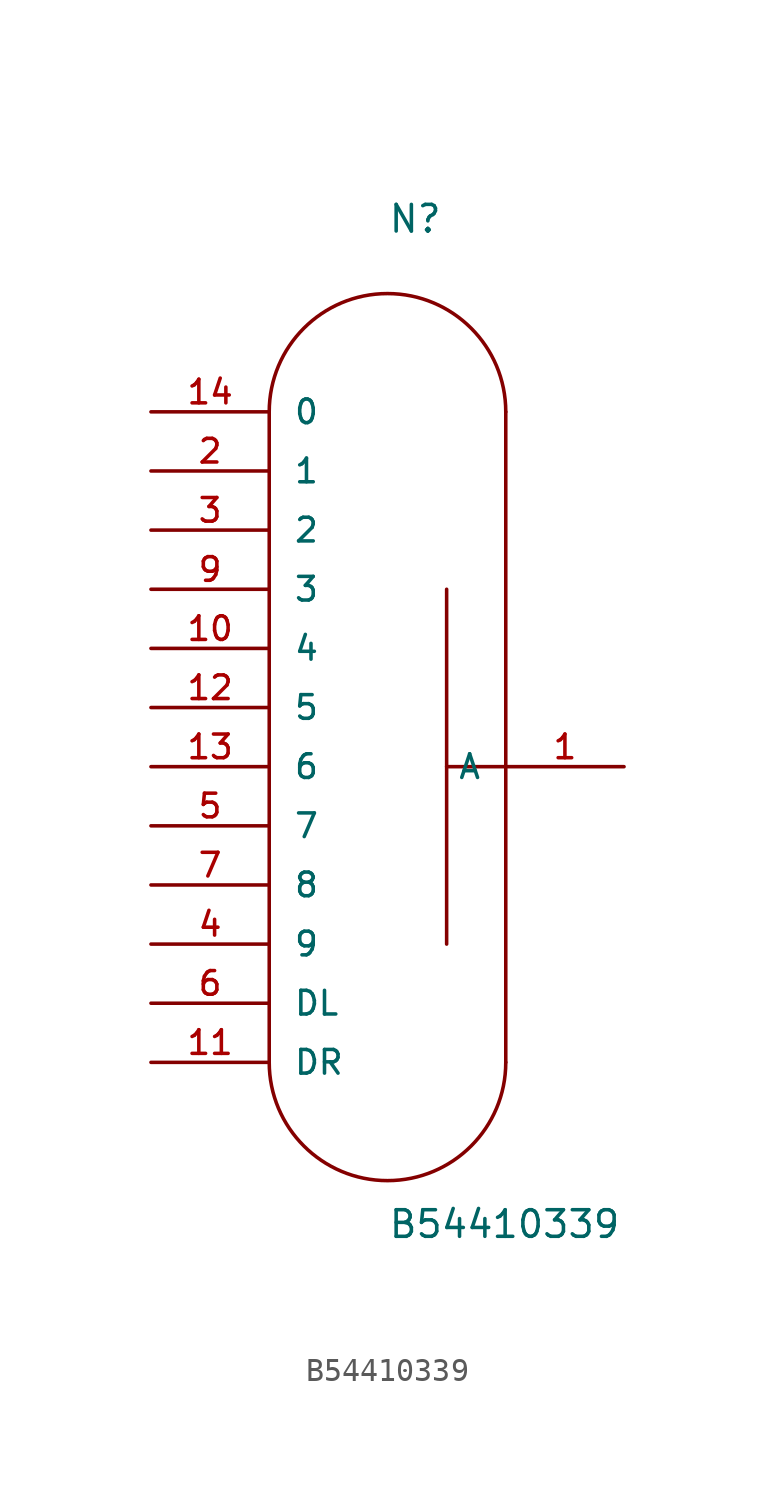
<source format=kicad_sym>
(kicad_symbol_lib
  (version 20220914)
  (generator kicad_symbol_editor)
  (symbol "B54410339"
    (pin_names
      (offset 1.016))
    (property "Reference" "N"
      (at 0 22.86 0)
      (effects (font (size 1.143 1.143)) (justify left bottom)))
    (property "Value" "B54410339"
      (at 0 -20.32 0)
      (effects (font (size 1.143 1.143)) (justify left bottom)))
    (property "ki_locked" ""
      (at 0 0 0)
      (effects (font (size 1.27 1.27))))
    (symbol "B54410339_1_0"
      (polyline (pts (xy -5.08 15.24) (xy -5.08 -12.7)) (stroke (width 0) (type solid)) (fill (type none)))
      (polyline (pts (xy 2.54 -7.62) (xy 2.54 7.62)) (stroke (width 0) (type solid)) (fill (type none)))
      (polyline (pts (xy 5.08 0) (xy 2.54 0)) (stroke (width 0) (type solid)) (fill (type none)))
      (polyline (pts (xy 5.08 15.24) (xy 5.08 -12.7)) (stroke (width 0) (type solid)) (fill (type none))))
    (symbol "B54410339_1_1"
      (arc (start -5.08 -12.7) (mid 0 -17.7579) (end 5.08 -12.7) (stroke (width 0) (type solid)) (fill (type none)))
      (arc (start 5.08 15.24) (mid 0 20.2979) (end -5.08 15.24) (stroke (width 0) (type solid)) (fill (type none)))
      (pin passive line (at 10.16 0 180) (length 5.08) (name "A" (effects (font (size 1.016 1.016)))) (number "1" (effects (font (size 1.016 1.016)))))
      (pin passive line (at -10.16 5.08 0) (length 5.08) (name "4" (effects (font (size 1.016 1.016)))) (number "10" (effects (font (size 1.016 1.016)))))
      (pin passive line (at -10.16 -12.7 0) (length 5.08) (name "DR" (effects (font (size 1.016 1.016)))) (number "11" (effects (font (size 1.016 1.016)))))
      (pin passive line (at -10.16 2.54 0) (length 5.08) (name "5" (effects (font (size 1.016 1.016)))) (number "12" (effects (font (size 1.016 1.016)))))
      (pin passive line (at -10.16 0 0) (length 5.08) (name "6" (effects (font (size 1.016 1.016)))) (number "13" (effects (font (size 1.016 1.016)))))
      (pin passive line (at -10.16 15.24 0) (length 5.08) (name "0" (effects (font (size 1.016 1.016)))) (number "14" (effects (font (size 1.016 1.016)))))
      (pin passive line (at -10.16 12.7 0) (length 5.08) (name "1" (effects (font (size 1.016 1.016)))) (number "2" (effects (font (size 1.016 1.016)))))
      (pin passive line (at -10.16 10.16 0) (length 5.08) (name "2" (effects (font (size 1.016 1.016)))) (number "3" (effects (font (size 1.016 1.016)))))
      (pin passive line (at -10.16 -7.62 0) (length 5.08) (name "9" (effects (font (size 1.016 1.016)))) (number "4" (effects (font (size 1.016 1.016)))))
      (pin passive line (at -10.16 -2.54 0) (length 5.08) (name "7" (effects (font (size 1.016 1.016)))) (number "5" (effects (font (size 1.016 1.016)))))
      (pin passive line (at -10.16 -10.16 0) (length 5.08) (name "DL" (effects (font (size 1.016 1.016)))) (number "6" (effects (font (size 1.016 1.016)))))
      (pin passive line (at -10.16 -5.08 0) (length 5.08) (name "8" (effects (font (size 1.016 1.016)))) (number "7" (effects (font (size 1.016 1.016)))))
      (pin passive line (at -10.16 7.62 0) (length 5.08) (name "3" (effects (font (size 1.016 1.016)))) (number "9" (effects (font (size 1.016 1.016))))))))
</source>
